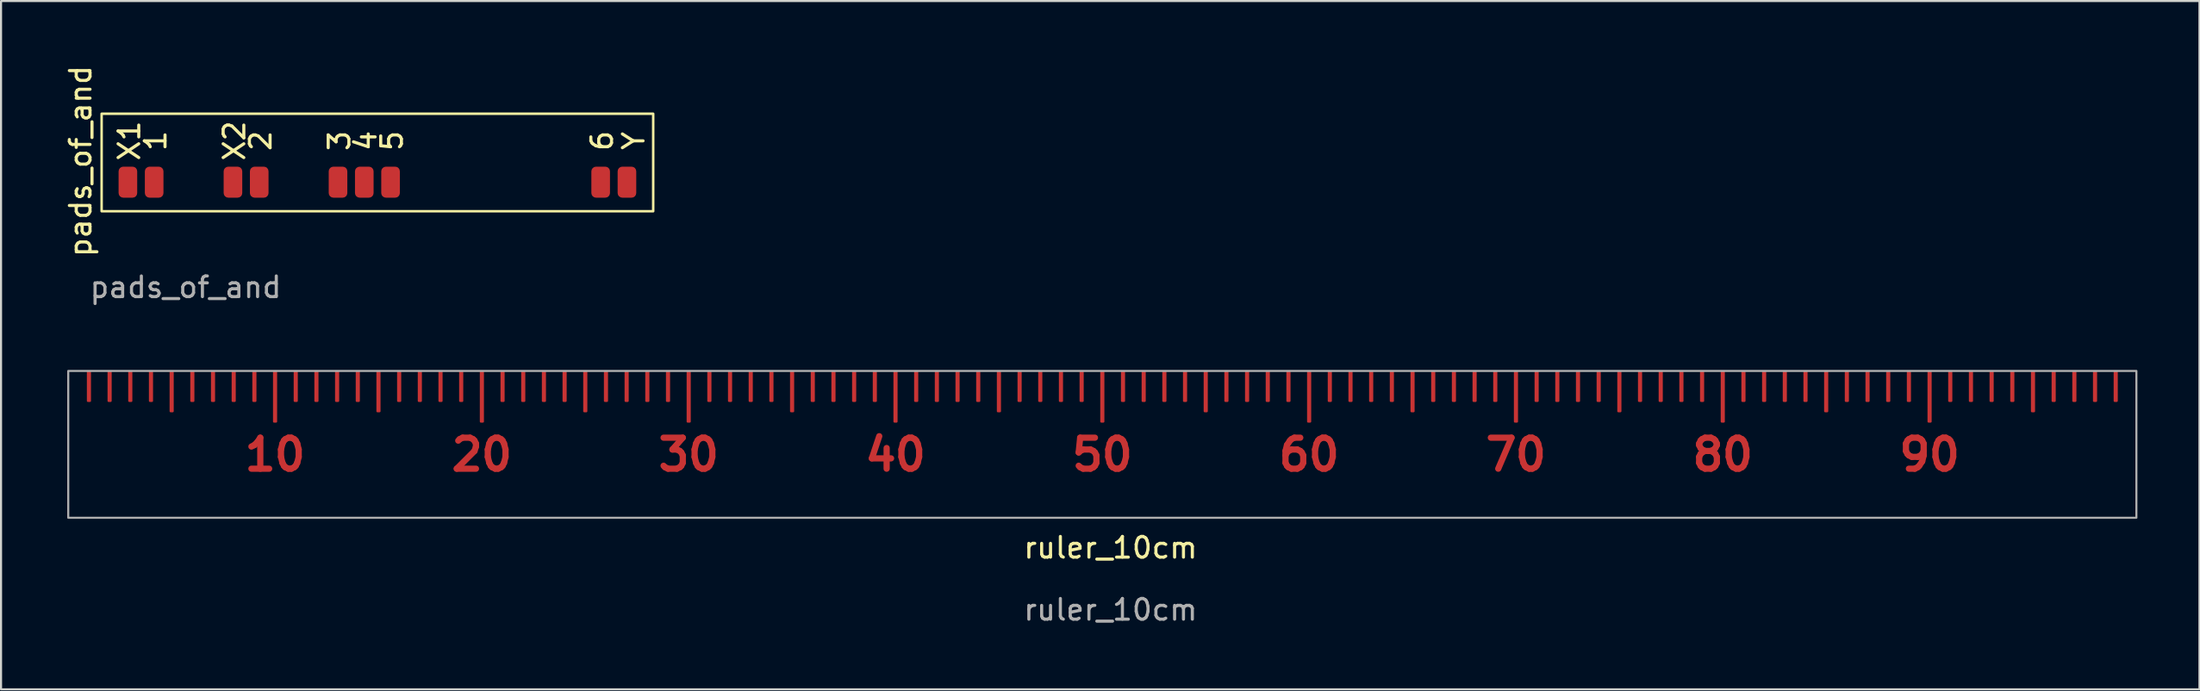
<source format=kicad_pcb>
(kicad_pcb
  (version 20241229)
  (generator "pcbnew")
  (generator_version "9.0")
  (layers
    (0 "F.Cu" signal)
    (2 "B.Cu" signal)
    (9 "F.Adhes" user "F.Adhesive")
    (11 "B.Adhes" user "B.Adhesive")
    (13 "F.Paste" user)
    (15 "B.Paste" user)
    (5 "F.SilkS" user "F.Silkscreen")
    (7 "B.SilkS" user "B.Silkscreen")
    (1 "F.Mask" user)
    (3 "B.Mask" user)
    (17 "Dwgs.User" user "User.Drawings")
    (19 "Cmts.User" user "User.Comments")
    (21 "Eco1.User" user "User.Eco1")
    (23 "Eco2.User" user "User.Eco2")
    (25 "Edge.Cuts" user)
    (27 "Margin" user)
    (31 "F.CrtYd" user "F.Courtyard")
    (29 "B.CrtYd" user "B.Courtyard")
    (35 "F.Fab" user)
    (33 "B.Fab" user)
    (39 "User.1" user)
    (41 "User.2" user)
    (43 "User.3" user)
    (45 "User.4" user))
  (footprint "pads_of_and"
    (layer "F.Cu")
    (at 3.134 5.76)
    (property "Reference" "pads_of_and" (at -2.286 -1.016 90) (unlocked yes) (layer "F.SilkS") (effects (font (size 1 1) (thickness 0.15))))
    (attr smd)
    (fp_rect (start -1.27 -3.31) (end 25.4 1.405) (stroke (width 0.12) (type solid)) (fill no) (layer "F.SilkS"))
    (fp_text user "5" (at 12.77 -2 90) (unlocked yes) (layer "F.SilkS") (effects (font (size 1 1) (thickness 0.15))))
    (fp_text user "X2" (at 5.15 -2 90) (unlocked yes) (layer "F.SilkS") (effects (font (size 1 1) (thickness 0.15))))
    (fp_text user "1" (at 1.34 -2 90) (unlocked yes) (layer "F.SilkS") (effects (font (size 1 1) (thickness 0.15))))
    (fp_text user "6" (at 22.93 -2 90) (unlocked yes) (layer "F.SilkS") (effects (font (size 1 1) (thickness 0.15))))
    (fp_text user "X1" (at 0.07 -2 90) (unlocked yes) (layer "F.SilkS") (effects (font (size 1 1) (thickness 0.15))))
    (fp_text user "3" (at 10.23 -2 90) (unlocked yes) (layer "F.SilkS") (effects (font (size 1 1) (thickness 0.15))))
    (fp_text user "4" (at 11.5 -2 90) (unlocked yes) (layer "F.SilkS") (effects (font (size 1 1) (thickness 0.15))))
    (fp_text user "Y" (at 24.454 -2 90) (unlocked yes) (layer "F.SilkS") (effects (font (size 1 1) (thickness 0.15))))
    (fp_text user "2" (at 6.42 -2 90) (unlocked yes) (layer "F.SilkS") (effects (font (size 1 1) (thickness 0.15))))
    (fp_text user "${REFERENCE}" (at 2.794 5.08 0) (unlocked yes) (layer "F.Fab") (effects (font (size 1 1) (thickness 0.15))))
    (pad "1" smd roundrect (at 0 0) (size 0.9 1.5) (layers "F.Cu" "F.Mask" "F.Paste") (roundrect_rratio 0.25))
    (pad "2" smd roundrect (at 1.27 0) (size 0.9 1.5) (layers "F.Cu" "F.Mask" "F.Paste") (roundrect_rratio 0.25))
    (pad "3" smd roundrect (at 5.08 0) (size 0.9 1.5) (layers "F.Cu" "F.Mask" "F.Paste") (roundrect_rratio 0.25))
    (pad "4" smd roundrect (at 6.35 0) (size 0.9 1.5) (layers "F.Cu" "F.Mask" "F.Paste") (roundrect_rratio 0.25))
    (pad "5" smd roundrect (at 10.16 0) (size 0.9 1.5) (layers "F.Cu" "F.Mask" "F.Paste") (roundrect_rratio 0.25))
    (pad "6" smd roundrect (at 11.43 0) (size 0.9 1.5) (layers "F.Cu" "F.Mask" "F.Paste") (roundrect_rratio 0.25))
    (pad "7" smd roundrect (at 12.7 0) (size 0.9 1.5) (layers "F.Cu" "F.Mask" "F.Paste") (roundrect_rratio 0.25))
    (pad "8" smd roundrect (at 22.86 0) (size 0.9 1.5) (layers "F.Cu" "F.Mask" "F.Paste") (roundrect_rratio 0.25))
    (pad "9" smd roundrect (at 24.13 0) (size 0.9 1.5) (layers "F.Cu" "F.Mask" "F.Paste") (roundrect_rratio 0.25)))
  (footprint "ruler_10cm"
    (layer "F.Cu")
    (at 0.25 14.938)
    (property "Reference" "ruler_10cm" (at 50.4 8.5 0) (unlocked yes) (layer "F.SilkS") (effects (font (size 1 1) (thickness 0.15))))
    (attr smd)
    (fp_rect (start 0 -0.05) (end 100 7.05) (stroke (width 0.1) (type solid)) (fill no) (layer "F.Fab"))
    (fp_text user "70" (at 70 4 0) (unlocked yes) (layer "F.Cu") (effects (font (size 1.5 1.5) (thickness 0.3))))
    (fp_text user "80" (at 80 4 0) (unlocked yes) (layer "F.Cu") (effects (font (size 1.5 1.5) (thickness 0.3))))
    (fp_text user "10" (at 10 4 0) (unlocked yes) (layer "F.Cu") (effects (font (size 1.5 1.5) (thickness 0.3))))
    (fp_text user "30" (at 30 4 0) (unlocked yes) (layer "F.Cu") (effects (font (size 1.5 1.5) (thickness 0.3))))
    (fp_text user "50" (at 50 4 0) (unlocked yes) (layer "F.Cu") (effects (font (size 1.5 1.5) (thickness 0.3))))
    (fp_text user "90" (at 90 4 0) (unlocked yes) (layer "F.Cu") (effects (font (size 1.5 1.5) (thickness 0.3))))
    (fp_text user "20" (at 20 4 0) (unlocked yes) (layer "F.Cu") (effects (font (size 1.5 1.5) (thickness 0.3))))
    (fp_text user "40" (at 40 4 0) (unlocked yes) (layer "F.Cu") (effects (font (size 1.5 1.5) (thickness 0.3))))
    (fp_text user "60" (at 60 4 0) (unlocked yes) (layer "F.Cu") (effects (font (size 1.5 1.5) (thickness 0.3))))
    (fp_text user "20" (at 20 4 0) (unlocked yes) (layer "F.Mask") (effects (font (size 1.5 1.5) (thickness 0.3))))
    (fp_text user "90" (at 90 4 0) (unlocked yes) (layer "F.Mask") (effects (font (size 1.5 1.5) (thickness 0.3))))
    (fp_text user "80" (at 80 4 0) (unlocked yes) (layer "F.Mask") (effects (font (size 1.5 1.5) (thickness 0.3))))
    (fp_text user "50" (at 50 4 0) (unlocked yes) (layer "F.Mask") (effects (font (size 1.5 1.5) (thickness 0.3))))
    (fp_text user "40" (at 40 4 0) (unlocked yes) (layer "F.Mask") (effects (font (size 1.5 1.5) (thickness 0.3))))
    (fp_text user "70" (at 70 4 0) (unlocked yes) (layer "F.Mask") (effects (font (size 1.5 1.5) (thickness 0.3))))
    (fp_text user "30" (at 30 4 0) (unlocked yes) (layer "F.Mask") (effects (font (size 1.5 1.5) (thickness 0.3))))
    (fp_text user "60" (at 60 4 0) (unlocked yes) (layer "F.Mask") (effects (font (size 1.5 1.5) (thickness 0.3))))
    (fp_text user "10" (at 10 4 0) (unlocked yes) (layer "F.Mask") (effects (font (size 1.5 1.5) (thickness 0.3))))
    (fp_text user "${REFERENCE}" (at 50.4 11.5 0) (unlocked yes) (layer "F.Fab") (effects (font (size 1 1) (thickness 0.15))))
    (pad "4" smd roundrect (at 10 1.2) (size 0.2 2.5) (layers "F.Cu" "F.Mask" "F.Paste") (roundrect_rratio 0.25))
    (pad "4" smd roundrect (at 20 1.2) (size 0.2 2.5) (layers "F.Cu" "F.Mask" "F.Paste") (roundrect_rratio 0.25))
    (pad "4" smd roundrect (at 30 1.2) (size 0.2 2.5) (layers "F.Cu" "F.Mask" "F.Paste") (roundrect_rratio 0.25))
    (pad "4" smd roundrect (at 40 1.2) (size 0.2 2.5) (layers "F.Cu" "F.Mask" "F.Paste") (roundrect_rratio 0.25))
    (pad "4" smd roundrect (at 50 1.2) (size 0.2 2.5) (layers "F.Cu" "F.Mask" "F.Paste") (roundrect_rratio 0.25))
    (pad "4" smd roundrect (at 60 1.2) (size 0.2 2.5) (layers "F.Cu" "F.Mask" "F.Paste") (roundrect_rratio 0.25))
    (pad "4" smd roundrect (at 70 1.2) (size 0.2 2.5) (layers "F.Cu" "F.Mask" "F.Paste") (roundrect_rratio 0.25))
    (pad "4" smd roundrect (at 80 1.2) (size 0.2 2.5) (layers "F.Cu" "F.Mask" "F.Paste") (roundrect_rratio 0.25))
    (pad "4" smd roundrect (at 90 1.2) (size 0.2 2.5) (layers "F.Cu" "F.Mask" "F.Paste") (roundrect_rratio 0.25))
    (pad "13" smd roundrect (at 5 0.95) (size 0.2 2) (layers "F.Cu" "F.Mask" "F.Paste") (roundrect_rratio 0.25))
    (pad "13" smd roundrect (at 15 0.95) (size 0.2 2) (layers "F.Cu" "F.Mask" "F.Paste") (roundrect_rratio 0.25))
    (pad "13" smd roundrect (at 25 0.95) (size 0.2 2) (layers "F.Cu" "F.Mask" "F.Paste") (roundrect_rratio 0.25))
    (pad "13" smd roundrect (at 35 0.95) (size 0.2 2) (layers "F.Cu" "F.Mask" "F.Paste") (roundrect_rratio 0.25))
    (pad "13" smd roundrect (at 45 0.95) (size 0.2 2) (layers "F.Cu" "F.Mask" "F.Paste") (roundrect_rratio 0.25))
    (pad "13" smd roundrect (at 55 0.95) (size 0.2 2) (layers "F.Cu" "F.Mask" "F.Paste") (roundrect_rratio 0.25))
    (pad "13" smd roundrect (at 65 0.95) (size 0.2 2) (layers "F.Cu" "F.Mask" "F.Paste") (roundrect_rratio 0.25))
    (pad "13" smd roundrect (at 75 0.95) (size 0.2 2) (layers "F.Cu" "F.Mask" "F.Paste") (roundrect_rratio 0.25))
    (pad "13" smd roundrect (at 85 0.95) (size 0.2 2) (layers "F.Cu" "F.Mask" "F.Paste") (roundrect_rratio 0.25))
    (pad "13" smd roundrect (at 95 0.95) (size 0.2 2) (layers "F.Cu" "F.Mask" "F.Paste") (roundrect_rratio 0.25))
    (pad "23" smd roundrect (at 4 0.7) (size 0.2 1.5) (layers "F.Cu" "F.Mask" "F.Paste") (roundrect_rratio 0.25))
    (pad "23" smd roundrect (at 14 0.7) (size 0.2 1.5) (layers "F.Cu" "F.Mask" "F.Paste") (roundrect_rratio 0.25))
    (pad "23" smd roundrect (at 24 0.7) (size 0.2 1.5) (layers "F.Cu" "F.Mask" "F.Paste") (roundrect_rratio 0.25))
    (pad "23" smd roundrect (at 34 0.7) (size 0.2 1.5) (layers "F.Cu" "F.Mask" "F.Paste") (roundrect_rratio 0.25))
    (pad "23" smd roundrect (at 44 0.7) (size 0.2 1.5) (layers "F.Cu" "F.Mask" "F.Paste") (roundrect_rratio 0.25))
    (pad "23" smd roundrect (at 54 0.7) (size 0.2 1.5) (layers "F.Cu" "F.Mask" "F.Paste") (roundrect_rratio 0.25))
    (pad "23" smd roundrect (at 64 0.7) (size 0.2 1.5) (layers "F.Cu" "F.Mask" "F.Paste") (roundrect_rratio 0.25))
    (pad "23" smd roundrect (at 74 0.7) (size 0.2 1.5) (layers "F.Cu" "F.Mask" "F.Paste") (roundrect_rratio 0.25))
    (pad "23" smd roundrect (at 84 0.7) (size 0.2 1.5) (layers "F.Cu" "F.Mask" "F.Paste") (roundrect_rratio 0.25))
    (pad "23" smd roundrect (at 94 0.7) (size 0.2 1.5) (layers "F.Cu" "F.Mask" "F.Paste") (roundrect_rratio 0.25))
    (pad "24" smd roundrect (at 3 0.7) (size 0.2 1.5) (layers "F.Cu" "F.Mask" "F.Paste") (roundrect_rratio 0.25))
    (pad "24" smd roundrect (at 13 0.7) (size 0.2 1.5) (layers "F.Cu" "F.Mask" "F.Paste") (roundrect_rratio 0.25))
    (pad "24" smd roundrect (at 23 0.7) (size 0.2 1.5) (layers "F.Cu" "F.Mask" "F.Paste") (roundrect_rratio 0.25))
    (pad "24" smd roundrect (at 33 0.7) (size 0.2 1.5) (layers "F.Cu" "F.Mask" "F.Paste") (roundrect_rratio 0.25))
    (pad "24" smd roundrect (at 43 0.7) (size 0.2 1.5) (layers "F.Cu" "F.Mask" "F.Paste") (roundrect_rratio 0.25))
    (pad "24" smd roundrect (at 53 0.7) (size 0.2 1.5) (layers "F.Cu" "F.Mask" "F.Paste") (roundrect_rratio 0.25))
    (pad "24" smd roundrect (at 63 0.7) (size 0.2 1.5) (layers "F.Cu" "F.Mask" "F.Paste") (roundrect_rratio 0.25))
    (pad "24" smd roundrect (at 73 0.7) (size 0.2 1.5) (layers "F.Cu" "F.Mask" "F.Paste") (roundrect_rratio 0.25))
    (pad "24" smd roundrect (at 83 0.7) (size 0.2 1.5) (layers "F.Cu" "F.Mask" "F.Paste") (roundrect_rratio 0.25))
    (pad "24" smd roundrect (at 93 0.7) (size 0.2 1.5) (layers "F.Cu" "F.Mask" "F.Paste") (roundrect_rratio 0.25))
    (pad "25" smd roundrect (at 2 0.7) (size 0.2 1.5) (layers "F.Cu" "F.Mask" "F.Paste") (roundrect_rratio 0.25))
    (pad "25" smd roundrect (at 12 0.7) (size 0.2 1.5) (layers "F.Cu" "F.Mask" "F.Paste") (roundrect_rratio 0.25))
    (pad "25" smd roundrect (at 22 0.7) (size 0.2 1.5) (layers "F.Cu" "F.Mask" "F.Paste") (roundrect_rratio 0.25))
    (pad "25" smd roundrect (at 32 0.7) (size 0.2 1.5) (layers "F.Cu" "F.Mask" "F.Paste") (roundrect_rratio 0.25))
    (pad "25" smd roundrect (at 42 0.7) (size 0.2 1.5) (layers "F.Cu" "F.Mask" "F.Paste") (roundrect_rratio 0.25))
    (pad "25" smd roundrect (at 52 0.7) (size 0.2 1.5) (layers "F.Cu" "F.Mask" "F.Paste") (roundrect_rratio 0.25))
    (pad "25" smd roundrect (at 62 0.7) (size 0.2 1.5) (layers "F.Cu" "F.Mask" "F.Paste") (roundrect_rratio 0.25))
    (pad "25" smd roundrect (at 72 0.7) (size 0.2 1.5) (layers "F.Cu" "F.Mask" "F.Paste") (roundrect_rratio 0.25))
    (pad "25" smd roundrect (at 82 0.7) (size 0.2 1.5) (layers "F.Cu" "F.Mask" "F.Paste") (roundrect_rratio 0.25))
    (pad "25" smd roundrect (at 92 0.7) (size 0.2 1.5) (layers "F.Cu" "F.Mask" "F.Paste") (roundrect_rratio 0.25))
    (pad "26" smd roundrect (at 1 0.7) (size 0.2 1.5) (layers "F.Cu" "F.Mask" "F.Paste") (roundrect_rratio 0.25))
    (pad "26" smd roundrect (at 11 0.7) (size 0.2 1.5) (layers "F.Cu" "F.Mask" "F.Paste") (roundrect_rratio 0.25))
    (pad "26" smd roundrect (at 21 0.7) (size 0.2 1.5) (layers "F.Cu" "F.Mask" "F.Paste") (roundrect_rratio 0.25))
    (pad "26" smd roundrect (at 31 0.7) (size 0.2 1.5) (layers "F.Cu" "F.Mask" "F.Paste") (roundrect_rratio 0.25))
    (pad "26" smd roundrect (at 41 0.7) (size 0.2 1.5) (layers "F.Cu" "F.Mask" "F.Paste") (roundrect_rratio 0.25))
    (pad "26" smd roundrect (at 51 0.7) (size 0.2 1.5) (layers "F.Cu" "F.Mask" "F.Paste") (roundrect_rratio 0.25))
    (pad "26" smd roundrect (at 61 0.7) (size 0.2 1.5) (layers "F.Cu" "F.Mask" "F.Paste") (roundrect_rratio 0.25))
    (pad "26" smd roundrect (at 71 0.7) (size 0.2 1.5) (layers "F.Cu" "F.Mask" "F.Paste") (roundrect_rratio 0.25))
    (pad "26" smd roundrect (at 81 0.7) (size 0.2 1.5) (layers "F.Cu" "F.Mask" "F.Paste") (roundrect_rratio 0.25))
    (pad "26" smd roundrect (at 91 0.7) (size 0.2 1.5) (layers "F.Cu" "F.Mask" "F.Paste") (roundrect_rratio 0.25))
    (pad "27" smd roundrect (at 6 0.7) (size 0.2 1.5) (layers "F.Cu" "F.Mask" "F.Paste") (roundrect_rratio 0.25))
    (pad "27" smd roundrect (at 16 0.7) (size 0.2 1.5) (layers "F.Cu" "F.Mask" "F.Paste") (roundrect_rratio 0.25))
    (pad "27" smd roundrect (at 26 0.7) (size 0.2 1.5) (layers "F.Cu" "F.Mask" "F.Paste") (roundrect_rratio 0.25))
    (pad "27" smd roundrect (at 36 0.7) (size 0.2 1.5) (layers "F.Cu" "F.Mask" "F.Paste") (roundrect_rratio 0.25))
    (pad "27" smd roundrect (at 46 0.7) (size 0.2 1.5) (layers "F.Cu" "F.Mask" "F.Paste") (roundrect_rratio 0.25))
    (pad "27" smd roundrect (at 56 0.7) (size 0.2 1.5) (layers "F.Cu" "F.Mask" "F.Paste") (roundrect_rratio 0.25))
    (pad "27" smd roundrect (at 66 0.7) (size 0.2 1.5) (layers "F.Cu" "F.Mask" "F.Paste") (roundrect_rratio 0.25))
    (pad "27" smd roundrect (at 76 0.7) (size 0.2 1.5) (layers "F.Cu" "F.Mask" "F.Paste") (roundrect_rratio 0.25))
    (pad "27" smd roundrect (at 86 0.7) (size 0.2 1.5) (layers "F.Cu" "F.Mask" "F.Paste") (roundrect_rratio 0.25))
    (pad "27" smd roundrect (at 96 0.7) (size 0.2 1.5) (layers "F.Cu" "F.Mask" "F.Paste") (roundrect_rratio 0.25))
    (pad "28" smd roundrect (at 7 0.7) (size 0.2 1.5) (layers "F.Cu" "F.Mask" "F.Paste") (roundrect_rratio 0.25))
    (pad "28" smd roundrect (at 17 0.7) (size 0.2 1.5) (layers "F.Cu" "F.Mask" "F.Paste") (roundrect_rratio 0.25))
    (pad "28" smd roundrect (at 27 0.7) (size 0.2 1.5) (layers "F.Cu" "F.Mask" "F.Paste") (roundrect_rratio 0.25))
    (pad "28" smd roundrect (at 37 0.7) (size 0.2 1.5) (layers "F.Cu" "F.Mask" "F.Paste") (roundrect_rratio 0.25))
    (pad "28" smd roundrect (at 47 0.7) (size 0.2 1.5) (layers "F.Cu" "F.Mask" "F.Paste") (roundrect_rratio 0.25))
    (pad "28" smd roundrect (at 57 0.7) (size 0.2 1.5) (layers "F.Cu" "F.Mask" "F.Paste") (roundrect_rratio 0.25))
    (pad "28" smd roundrect (at 67 0.7) (size 0.2 1.5) (layers "F.Cu" "F.Mask" "F.Paste") (roundrect_rratio 0.25))
    (pad "28" smd roundrect (at 77 0.7) (size 0.2 1.5) (layers "F.Cu" "F.Mask" "F.Paste") (roundrect_rratio 0.25))
    (pad "28" smd roundrect (at 87 0.7) (size 0.2 1.5) (layers "F.Cu" "F.Mask" "F.Paste") (roundrect_rratio 0.25))
    (pad "28" smd roundrect (at 97 0.7) (size 0.2 1.5) (layers "F.Cu" "F.Mask" "F.Paste") (roundrect_rratio 0.25))
    (pad "29" smd roundrect (at 8 0.7) (size 0.2 1.5) (layers "F.Cu" "F.Mask" "F.Paste") (roundrect_rratio 0.25))
    (pad "29" smd roundrect (at 18 0.7) (size 0.2 1.5) (layers "F.Cu" "F.Mask" "F.Paste") (roundrect_rratio 0.25))
    (pad "29" smd roundrect (at 28 0.7) (size 0.2 1.5) (layers "F.Cu" "F.Mask" "F.Paste") (roundrect_rratio 0.25))
    (pad "29" smd roundrect (at 38 0.7) (size 0.2 1.5) (layers "F.Cu" "F.Mask" "F.Paste") (roundrect_rratio 0.25))
    (pad "29" smd roundrect (at 48 0.7) (size 0.2 1.5) (layers "F.Cu" "F.Mask" "F.Paste") (roundrect_rratio 0.25))
    (pad "29" smd roundrect (at 58 0.7) (size 0.2 1.5) (layers "F.Cu" "F.Mask" "F.Paste") (roundrect_rratio 0.25))
    (pad "29" smd roundrect (at 68 0.7) (size 0.2 1.5) (layers "F.Cu" "F.Mask" "F.Paste") (roundrect_rratio 0.25))
    (pad "29" smd roundrect (at 78 0.7) (size 0.2 1.5) (layers "F.Cu" "F.Mask" "F.Paste") (roundrect_rratio 0.25))
    (pad "29" smd roundrect (at 88 0.7) (size 0.2 1.5) (layers "F.Cu" "F.Mask" "F.Paste") (roundrect_rratio 0.25))
    (pad "29" smd roundrect (at 98 0.7) (size 0.2 1.5) (layers "F.Cu" "F.Mask" "F.Paste") (roundrect_rratio 0.25))
    (pad "30" smd roundrect (at 9 0.7) (size 0.2 1.5) (layers "F.Cu" "F.Mask" "F.Paste") (roundrect_rratio 0.25))
    (pad "30" smd roundrect (at 19 0.7) (size 0.2 1.5) (layers "F.Cu" "F.Mask" "F.Paste") (roundrect_rratio 0.25))
    (pad "30" smd roundrect (at 29 0.7) (size 0.2 1.5) (layers "F.Cu" "F.Mask" "F.Paste") (roundrect_rratio 0.25))
    (pad "30" smd roundrect (at 39 0.7) (size 0.2 1.5) (layers "F.Cu" "F.Mask" "F.Paste") (roundrect_rratio 0.25))
    (pad "30" smd roundrect (at 49 0.7) (size 0.2 1.5) (layers "F.Cu" "F.Mask" "F.Paste") (roundrect_rratio 0.25))
    (pad "30" smd roundrect (at 59 0.7) (size 0.2 1.5) (layers "F.Cu" "F.Mask" "F.Paste") (roundrect_rratio 0.25))
    (pad "30" smd roundrect (at 69 0.7) (size 0.2 1.5) (layers "F.Cu" "F.Mask" "F.Paste") (roundrect_rratio 0.25))
    (pad "30" smd roundrect (at 79 0.7) (size 0.2 1.5) (layers "F.Cu" "F.Mask" "F.Paste") (roundrect_rratio 0.25))
    (pad "30" smd roundrect (at 89 0.7) (size 0.2 1.5) (layers "F.Cu" "F.Mask" "F.Paste") (roundrect_rratio 0.25))
    (pad "30" smd roundrect (at 99 0.7) (size 0.2 1.5) (layers "F.Cu" "F.Mask" "F.Paste") (roundrect_rratio 0.25)))
  (gr_rect
    (start -3 -3)
    (end 103.3 30.287)
    (stroke (width 0.1) (type default))
    (fill no)
    (layer "Edge.Cuts")))
</source>
